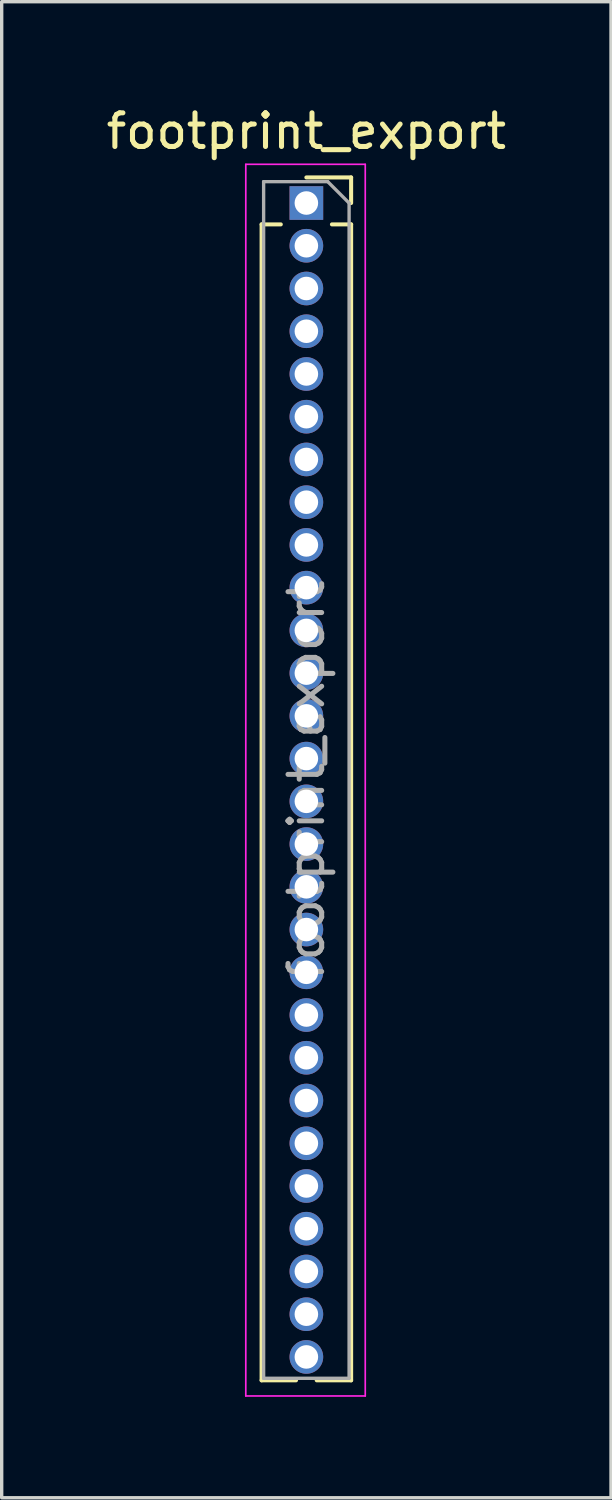
<source format=kicad_pcb>
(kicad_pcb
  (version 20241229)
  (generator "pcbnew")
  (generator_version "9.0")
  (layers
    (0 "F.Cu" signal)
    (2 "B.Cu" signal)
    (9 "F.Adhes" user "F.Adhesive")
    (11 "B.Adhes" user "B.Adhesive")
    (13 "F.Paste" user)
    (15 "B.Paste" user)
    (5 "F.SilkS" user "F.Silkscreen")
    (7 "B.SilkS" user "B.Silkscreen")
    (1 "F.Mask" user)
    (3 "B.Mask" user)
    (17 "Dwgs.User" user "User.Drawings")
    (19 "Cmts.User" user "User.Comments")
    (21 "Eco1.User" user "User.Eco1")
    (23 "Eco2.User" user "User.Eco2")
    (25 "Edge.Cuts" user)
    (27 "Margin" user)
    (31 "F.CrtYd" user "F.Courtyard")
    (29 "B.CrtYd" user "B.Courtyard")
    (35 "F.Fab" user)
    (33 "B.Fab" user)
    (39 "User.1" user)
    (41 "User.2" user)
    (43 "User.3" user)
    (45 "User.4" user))
  (footprint "footprint_export"
    (layer "F.Cu")
    (at 6.054 2.983)
    (property "Reference" "footprint_export" (at 0 -2.135 0) (layer "F.SilkS") (effects (font (size 1 1) (thickness 0.15))))
    (attr through_hole)
    (fp_line (start -1.33 0.635) (end -1.33 34.985) (stroke (width 0.12) (type solid)) (layer "F.SilkS"))
    (fp_line (start -1.33 0.635) (end -0.76 0.635) (stroke (width 0.12) (type solid)) (layer "F.SilkS"))
    (fp_line (start -1.33 34.985) (end -0.308 34.985) (stroke (width 0.12) (type solid)) (layer "F.SilkS"))
    (fp_line (start 0 -0.76) (end 1.33 -0.76) (stroke (width 0.12) (type solid)) (layer "F.SilkS"))
    (fp_line (start 0.308 34.985) (end 1.33 34.985) (stroke (width 0.12) (type solid)) (layer "F.SilkS"))
    (fp_line (start 0.76 0.635) (end 1.33 0.635) (stroke (width 0.12) (type solid)) (layer "F.SilkS"))
    (fp_line (start 1.33 -0.76) (end 1.33 0) (stroke (width 0.12) (type solid)) (layer "F.SilkS"))
    (fp_line (start 1.33 0.635) (end 1.33 34.985) (stroke (width 0.12) (type solid)) (layer "F.SilkS"))
    (fp_line (start -1.8 -1.15) (end 1.75 -1.15) (stroke (width 0.05) (type solid)) (layer "F.CrtYd"))
    (fp_line (start -1.8 35.45) (end -1.8 -1.15) (stroke (width 0.05) (type solid)) (layer "F.CrtYd"))
    (fp_line (start 1.75 -1.15) (end 1.75 35.45) (stroke (width 0.05) (type solid)) (layer "F.CrtYd"))
    (fp_line (start 1.75 35.45) (end -1.8 35.45) (stroke (width 0.05) (type solid)) (layer "F.CrtYd"))
    (fp_line (start -1.27 -0.635) (end 0.635 -0.635) (stroke (width 0.1) (type solid)) (layer "F.Fab"))
    (fp_line (start -1.27 34.925) (end -1.27 -0.635) (stroke (width 0.1) (type solid)) (layer "F.Fab"))
    (fp_line (start 0.635 -0.635) (end 1.27 0) (stroke (width 0.1) (type solid)) (layer "F.Fab"))
    (fp_line (start 1.27 0) (end 1.27 34.925) (stroke (width 0.1) (type solid)) (layer "F.Fab"))
    (fp_line (start 1.27 34.925) (end -1.27 34.925) (stroke (width 0.1) (type solid)) (layer "F.Fab"))
    (fp_text user "${REFERENCE}" (at 0 17.145 90) (layer "F.Fab") (effects (font (size 1 1) (thickness 0.15))))
    (pad "1" thru_hole rect (at 0 0) (size 1 1) (drill 0.7) (layers "*.Cu" "*.Mask"))
    (pad "2" thru_hole oval (at 0 1.27) (size 1 1) (drill 0.7) (layers "*.Cu" "*.Mask"))
    (pad "3" thru_hole oval (at 0 2.54) (size 1 1) (drill 0.7) (layers "*.Cu" "*.Mask"))
    (pad "4" thru_hole oval (at 0 3.81) (size 1 1) (drill 0.7) (layers "*.Cu" "*.Mask"))
    (pad "5" thru_hole oval (at 0 5.08) (size 1 1) (drill 0.7) (layers "*.Cu" "*.Mask"))
    (pad "6" thru_hole oval (at 0 6.35) (size 1 1) (drill 0.7) (layers "*.Cu" "*.Mask"))
    (pad "7" thru_hole oval (at 0 7.62) (size 1 1) (drill 0.7) (layers "*.Cu" "*.Mask"))
    (pad "8" thru_hole oval (at 0 8.89) (size 1 1) (drill 0.7) (layers "*.Cu" "*.Mask"))
    (pad "9" thru_hole oval (at 0 10.16) (size 1 1) (drill 0.7) (layers "*.Cu" "*.Mask"))
    (pad "10" thru_hole oval (at 0 11.43) (size 1 1) (drill 0.7) (layers "*.Cu" "*.Mask"))
    (pad "11" thru_hole oval (at 0 12.7) (size 1 1) (drill 0.7) (layers "*.Cu" "*.Mask"))
    (pad "12" thru_hole oval (at 0 13.97) (size 1 1) (drill 0.7) (layers "*.Cu" "*.Mask"))
    (pad "13" thru_hole oval (at 0 15.24) (size 1 1) (drill 0.7) (layers "*.Cu" "*.Mask"))
    (pad "14" thru_hole oval (at 0 16.51) (size 1 1) (drill 0.7) (layers "*.Cu" "*.Mask"))
    (pad "15" thru_hole oval (at 0 17.78) (size 1 1) (drill 0.7) (layers "*.Cu" "*.Mask"))
    (pad "16" thru_hole oval (at 0 19.05) (size 1 1) (drill 0.7) (layers "*.Cu" "*.Mask"))
    (pad "17" thru_hole oval (at 0 20.32) (size 1 1) (drill 0.7) (layers "*.Cu" "*.Mask"))
    (pad "18" thru_hole oval (at 0 21.59) (size 1 1) (drill 0.7) (layers "*.Cu" "*.Mask"))
    (pad "19" thru_hole oval (at 0 22.86) (size 1 1) (drill 0.7) (layers "*.Cu" "*.Mask"))
    (pad "20" thru_hole oval (at 0 24.13) (size 1 1) (drill 0.7) (layers "*.Cu" "*.Mask"))
    (pad "21" thru_hole oval (at 0 25.4) (size 1 1) (drill 0.7) (layers "*.Cu" "*.Mask"))
    (pad "22" thru_hole oval (at 0 26.67) (size 1 1) (drill 0.7) (layers "*.Cu" "*.Mask"))
    (pad "23" thru_hole oval (at 0 27.94) (size 1 1) (drill 0.7) (layers "*.Cu" "*.Mask"))
    (pad "24" thru_hole oval (at 0 29.21) (size 1 1) (drill 0.7) (layers "*.Cu" "*.Mask"))
    (pad "25" thru_hole oval (at 0 30.48) (size 1 1) (drill 0.7) (layers "*.Cu" "*.Mask"))
    (pad "26" thru_hole oval (at 0 31.75) (size 1 1) (drill 0.7) (layers "*.Cu" "*.Mask"))
    (pad "27" thru_hole oval (at 0 33.02) (size 1 1) (drill 0.7) (layers "*.Cu" "*.Mask"))
    (pad "28" thru_hole oval (at 0 34.29) (size 1 1) (drill 0.7) (layers "*.Cu" "*.Mask")))
  (gr_rect
    (start -3 -3)
    (end 15.107 41.458)
    (stroke (width 0.1) (type default))
    (fill no)
    (layer "Edge.Cuts")))
</source>
